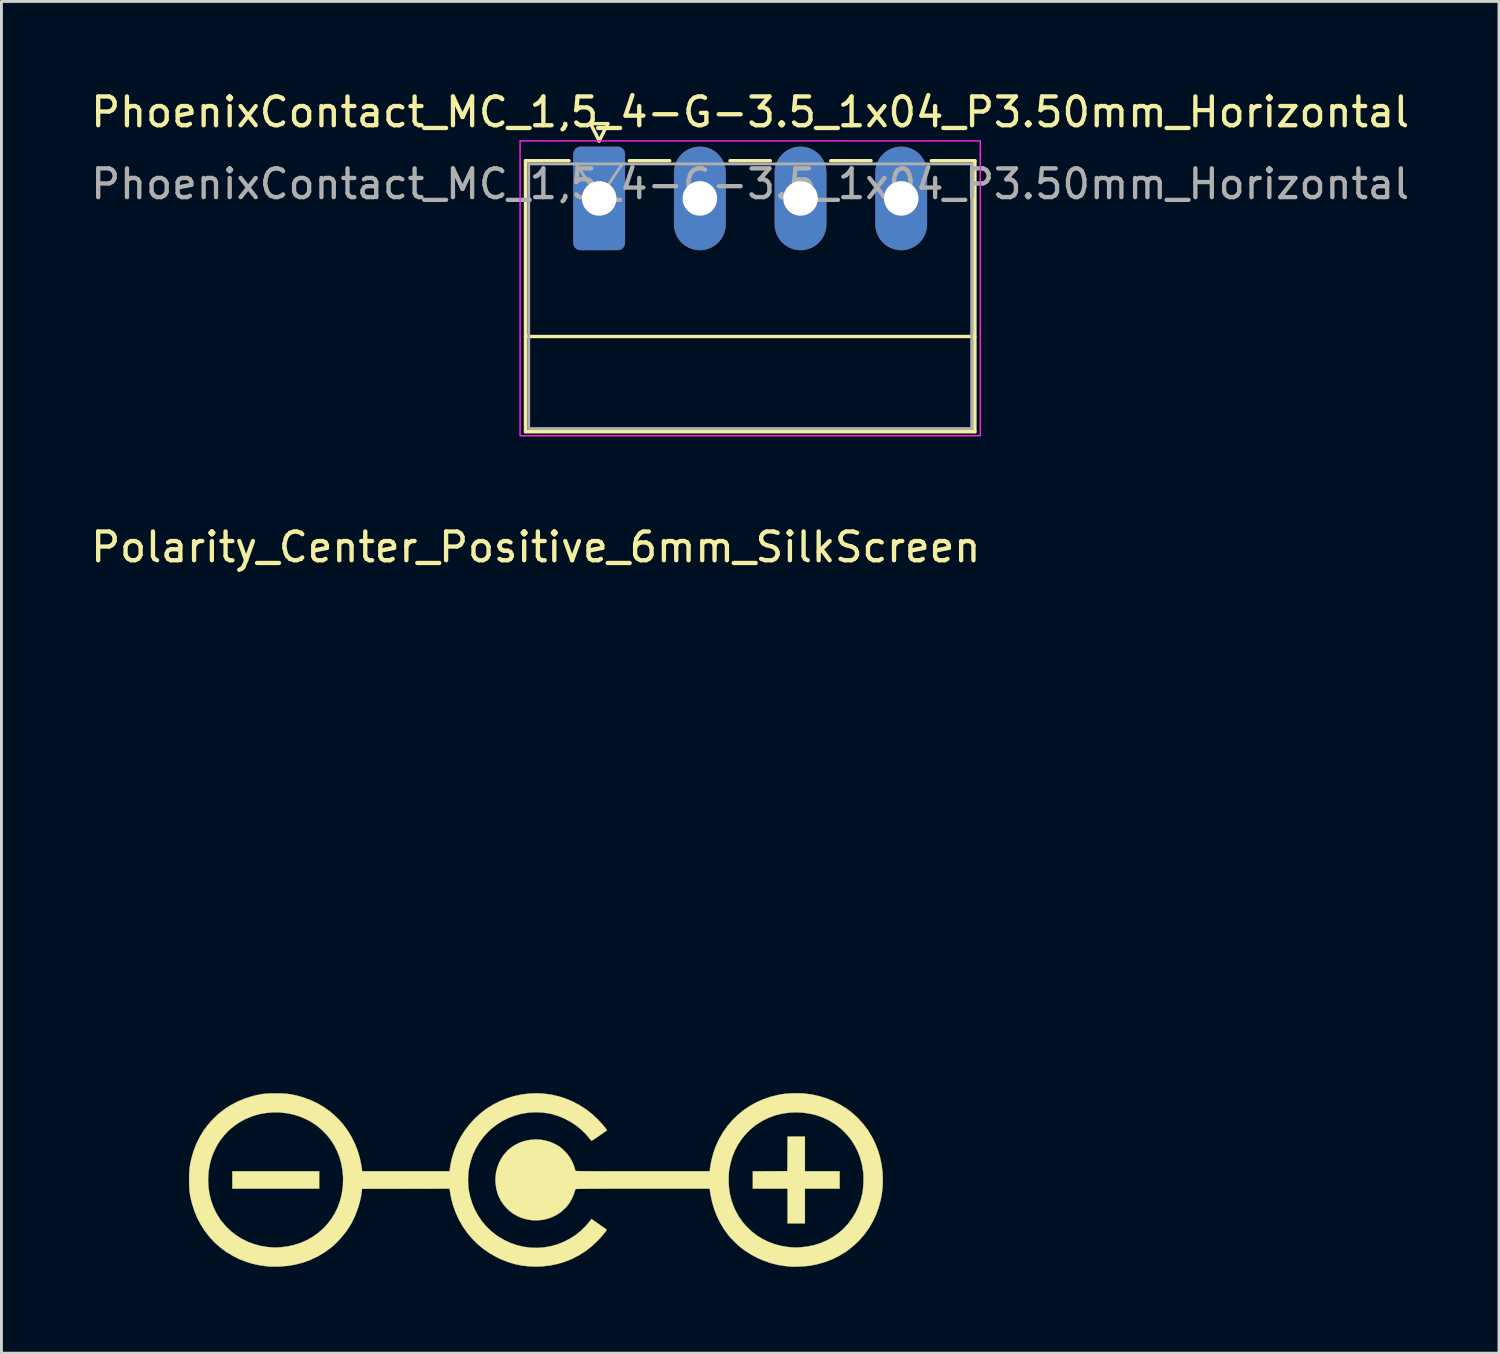
<source format=kicad_pcb>
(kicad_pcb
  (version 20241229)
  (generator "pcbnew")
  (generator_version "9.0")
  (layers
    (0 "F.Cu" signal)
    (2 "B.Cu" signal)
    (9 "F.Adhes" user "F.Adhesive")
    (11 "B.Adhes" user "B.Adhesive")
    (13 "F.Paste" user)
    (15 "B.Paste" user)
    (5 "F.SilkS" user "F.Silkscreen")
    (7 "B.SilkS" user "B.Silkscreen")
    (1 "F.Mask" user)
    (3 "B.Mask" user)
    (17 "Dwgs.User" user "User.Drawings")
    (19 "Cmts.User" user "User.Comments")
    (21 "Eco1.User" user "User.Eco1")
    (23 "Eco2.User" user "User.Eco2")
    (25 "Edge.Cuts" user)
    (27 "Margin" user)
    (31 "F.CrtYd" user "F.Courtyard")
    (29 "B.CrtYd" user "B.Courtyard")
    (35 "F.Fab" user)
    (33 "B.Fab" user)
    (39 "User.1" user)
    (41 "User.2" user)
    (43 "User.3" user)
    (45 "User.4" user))
  (footprint "PhoenixContact_MC_1,5_4-G-3.5_1x04_P3.50mm_Horizontal"
    (layer "F.Cu")
    (at 23.03 3.848)
    (property "Reference" "PhoenixContact_MC_1,5_4-G-3.5_1x04_P3.50mm_Horizontal" (at 0 -3 0) (layer "F.SilkS") (effects (font (size 1 1) (thickness 0.15))))
    (attr through_hole)
    (fp_line (start -7.81 -1.31) (end -7.81 8.11) (stroke (width 0.12) (type solid)) (layer "F.SilkS"))
    (fp_line (start -7.81 -1.31) (end -6.3 -1.31) (stroke (width 0.12) (type solid)) (layer "F.SilkS"))
    (fp_line (start -7.81 4.8) (end 7.81 4.8) (stroke (width 0.12) (type solid)) (layer "F.SilkS"))
    (fp_line (start -7.81 8.11) (end 7.81 8.11) (stroke (width 0.12) (type solid)) (layer "F.SilkS"))
    (fp_line (start -5.55 -2.6) (end -4.95 -2.6) (stroke (width 0.12) (type solid)) (layer "F.SilkS"))
    (fp_line (start -5.25 -2) (end -5.55 -2.6) (stroke (width 0.12) (type solid)) (layer "F.SilkS"))
    (fp_line (start -4.95 -2.6) (end -5.25 -2) (stroke (width 0.12) (type solid)) (layer "F.SilkS"))
    (fp_line (start -4.2 -1.31) (end -2.8 -1.31) (stroke (width 0.12) (type solid)) (layer "F.SilkS"))
    (fp_line (start -0.7 -1.31) (end 0.7 -1.31) (stroke (width 0.12) (type solid)) (layer "F.SilkS"))
    (fp_line (start 2.8 -1.31) (end 4.2 -1.31) (stroke (width 0.12) (type solid)) (layer "F.SilkS"))
    (fp_line (start 7.81 -1.31) (end 6.3 -1.31) (stroke (width 0.12) (type solid)) (layer "F.SilkS"))
    (fp_line (start 7.81 8.11) (end 7.81 -1.31) (stroke (width 0.12) (type solid)) (layer "F.SilkS"))
    (fp_rect (start -8 -2) (end 8 8.25) (stroke (width 0.05) (type default)) (fill no) (layer "F.CrtYd"))
    (fp_line (start -7.7 -1.2) (end -7.7 8) (stroke (width 0.1) (type solid)) (layer "F.Fab"))
    (fp_line (start -7.7 8) (end 7.7 8) (stroke (width 0.1) (type solid)) (layer "F.Fab"))
    (fp_line (start -5.25 0) (end -6.05 -1.2) (stroke (width 0.1) (type solid)) (layer "F.Fab"))
    (fp_line (start -4.45 -1.2) (end -5.25 0) (stroke (width 0.1) (type solid)) (layer "F.Fab"))
    (fp_line (start 7.7 -1.2) (end -7.7 -1.2) (stroke (width 0.1) (type solid)) (layer "F.Fab"))
    (fp_line (start 7.7 8) (end 7.7 -1.2) (stroke (width 0.1) (type solid)) (layer "F.Fab"))
    (fp_text user "${REFERENCE}" (at 0 -0.5 0) (layer "F.Fab") (effects (font (size 1 1) (thickness 0.15))))
    (pad "1" thru_hole roundrect (at -5.25 0) (size 1.8 3.6) (drill 1.2) (layers "*.Cu" "*.Mask") (roundrect_rratio 0.139))
    (pad "2" thru_hole oval (at -1.75 0) (size 1.8 3.6) (drill 1.2) (layers "*.Cu" "*.Mask"))
    (pad "3" thru_hole oval (at 1.75 0) (size 1.8 3.6) (drill 1.2) (layers "*.Cu" "*.Mask"))
    (pad "4" thru_hole oval (at 5.25 0) (size 1.8 3.6) (drill 1.2) (layers "*.Cu" "*.Mask")))
  (footprint "Polarity_Center_Positive_6mm_SilkScreen"
    (layer "F.Cu")
    (at 15.577 37.971)
    (property "Reference" "Polarity_Center_Positive_6mm_SilkScreen" (at 0 -22 0) (layer "F.SilkS") (effects (font (size 1 1) (thickness 0.15))))
    (attr exclude_from_pos_files exclude_from_bom)
    (fp_poly (pts (xy -7.532 0.302) (xy -10.55 0.302) (xy -10.55 -0.302) (xy -7.532 -0.302) (xy -7.532 0.302)) (stroke (width 0.01) (type solid)) (fill yes) (layer "F.SilkS"))
    (fp_poly (pts (xy 9.355 -0.302) (xy 10.562 -0.302) (xy 10.562 0.302) (xy 9.355 0.302) (xy 9.355 1.509) (xy 8.752 1.509) (xy 8.752 0.302) (xy 7.545 0.302) (xy 7.545 -0.302) (xy 8.145 -0.305) (xy 8.745 -0.308) (xy 8.749 -0.908) (xy 8.752 -1.509) (xy 9.355 -1.509) (xy 9.355 -0.302)) (stroke (width 0.01) (type solid)) (fill yes) (layer "F.SilkS"))
    (fp_poly (pts (xy 9.175 -3.015) (xy 9.284 -3.01) (xy 9.337 -3.006) (xy 9.605 -2.97) (xy 9.869 -2.911) (xy 10.125 -2.829) (xy 10.371 -2.727) (xy 10.606 -2.605) (xy 10.827 -2.464) (xy 11.002 -2.329) (xy 11.202 -2.146) (xy 11.382 -1.947) (xy 11.543 -1.733) (xy 11.684 -1.505) (xy 11.803 -1.264) (xy 11.901 -1.012) (xy 11.965 -0.798) (xy 12.018 -0.544) (xy 12.052 -0.282) (xy 12.064 -0.017) (xy 12.056 0.245) (xy 12.027 0.501) (xy 11.995 0.671) (xy 11.923 0.94) (xy 11.83 1.197) (xy 11.715 1.442) (xy 11.581 1.673) (xy 11.426 1.889) (xy 11.252 2.091) (xy 11.06 2.275) (xy 10.85 2.443) (xy 10.762 2.505) (xy 10.53 2.646) (xy 10.288 2.764) (xy 10.035 2.859) (xy 9.771 2.933) (xy 9.515 2.981) (xy 9.451 2.989) (xy 9.371 2.996) (xy 9.282 3.002) (xy 9.188 3.008) (xy 9.095 3.011) (xy 9.008 3.014) (xy 8.933 3.014) (xy 8.874 3.012) (xy 8.852 3.011) (xy 8.821 3.007) (xy 8.773 3.002) (xy 8.714 2.996) (xy 8.676 2.992) (xy 8.428 2.954) (xy 8.179 2.892) (xy 7.933 2.809) (xy 7.695 2.706) (xy 7.466 2.583) (xy 7.252 2.443) (xy 7.123 2.345) (xy 7.041 2.274) (xy 6.951 2.191) (xy 6.861 2.1) (xy 6.775 2.011) (xy 6.703 1.928) (xy 6.694 1.918) (xy 6.548 1.719) (xy 6.417 1.503) (xy 6.303 1.273) (xy 6.208 1.031) (xy 6.132 0.78) (xy 6.077 0.523) (xy 6.066 0.456) (xy 6.044 0.302) (xy 3.713 0.302) (xy 3.419 0.302) (xy 3.148 0.302) (xy 2.901 0.302) (xy 2.677 0.302) (xy 2.474 0.303) (xy 2.291 0.303) (xy 2.129 0.304) (xy 1.985 0.304) (xy 1.859 0.305) (xy 1.749 0.306) (xy 1.656 0.307) (xy 1.578 0.308) (xy 1.515 0.309) (xy 1.464 0.31) (xy 1.426 0.312) (xy 1.4 0.313) (xy 1.384 0.315) (xy 1.378 0.317) (xy 1.378 0.318) (xy 1.327 0.476) (xy 1.271 0.615) (xy 1.207 0.737) (xy 1.133 0.848) (xy 1.046 0.953) (xy 1.007 0.994) (xy 0.871 1.113) (xy 0.724 1.212) (xy 0.567 1.291) (xy 0.402 1.349) (xy 0.232 1.386) (xy 0.058 1.403) (xy -0.115 1.399) (xy -0.288 1.375) (xy -0.456 1.331) (xy -0.618 1.266) (xy -0.772 1.18) (xy -0.915 1.074) (xy -0.997 0.997) (xy -1.119 0.858) (xy -1.218 0.712) (xy -1.295 0.557) (xy -1.327 0.473) (xy -1.375 0.291) (xy -1.4 0.108) (xy -1.402 0.004) (xy 6.702 0.004) (xy 6.713 0.248) (xy 6.745 0.48) (xy 6.8 0.704) (xy 6.878 0.922) (xy 6.935 1.05) (xy 7.048 1.258) (xy 7.181 1.45) (xy 7.331 1.626) (xy 7.498 1.785) (xy 7.681 1.926) (xy 7.877 2.048) (xy 8.086 2.151) (xy 8.306 2.233) (xy 8.536 2.293) (xy 8.775 2.331) (xy 8.915 2.343) (xy 8.96 2.346) (xy 9 2.348) (xy 9.016 2.349) (xy 9.04 2.349) (xy 9.083 2.347) (xy 9.14 2.344) (xy 9.205 2.34) (xy 9.219 2.339) (xy 9.466 2.309) (xy 9.703 2.257) (xy 9.929 2.183) (xy 10.143 2.089) (xy 10.343 1.975) (xy 10.53 1.841) (xy 10.702 1.69) (xy 10.857 1.522) (xy 10.995 1.337) (xy 11.115 1.137) (xy 11.216 0.923) (xy 11.297 0.695) (xy 11.349 0.49) (xy 11.365 0.396) (xy 11.377 0.284) (xy 11.386 0.16) (xy 11.391 0.033) (xy 11.392 -0.091) (xy 11.388 -0.205) (xy 11.38 -0.298) (xy 11.338 -0.545) (xy 11.274 -0.779) (xy 11.188 -1.002) (xy 11.08 -1.212) (xy 10.952 -1.409) (xy 10.803 -1.592) (xy 10.634 -1.76) (xy 10.445 -1.913) (xy 10.361 -1.971) (xy 10.169 -2.085) (xy 9.963 -2.179) (xy 9.747 -2.253) (xy 9.522 -2.307) (xy 9.291 -2.34) (xy 9.058 -2.352) (xy 8.824 -2.343) (xy 8.592 -2.312) (xy 8.366 -2.259) (xy 8.274 -2.231) (xy 8.05 -2.144) (xy 7.841 -2.036) (xy 7.645 -1.909) (xy 7.465 -1.764) (xy 7.302 -1.601) (xy 7.156 -1.423) (xy 7.028 -1.23) (xy 6.92 -1.024) (xy 6.832 -0.805) (xy 6.765 -0.575) (xy 6.72 -0.335) (xy 6.715 -0.302) (xy 6.711 -0.25) (xy 6.707 -0.181) (xy 6.704 -0.103) (xy 6.702 -0.023) (xy 6.702 0.004) (xy -1.402 0.004) (xy -1.403 -0.074) (xy -1.383 -0.253) (xy -1.342 -0.427) (xy -1.28 -0.594) (xy -1.198 -0.751) (xy -1.096 -0.896) (xy -0.976 -1.028) (xy -0.864 -1.124) (xy -0.713 -1.223) (xy -0.551 -1.302) (xy -0.381 -1.359) (xy -0.205 -1.394) (xy -0.025 -1.408) (xy 0.154 -1.401) (xy 0.332 -1.371) (xy 0.506 -1.32) (xy 0.673 -1.247) (xy 0.811 -1.166) (xy 0.853 -1.135) (xy 0.904 -1.092) (xy 0.957 -1.045) (xy 0.99 -1.014) (xy 1.099 -0.897) (xy 1.19 -0.771) (xy 1.267 -0.632) (xy 1.33 -0.478) (xy 1.378 -0.318) (xy 1.383 -0.316) (xy 1.398 -0.314) (xy 1.423 -0.312) (xy 1.459 -0.311) (xy 1.508 -0.309) (xy 1.57 -0.308) (xy 1.646 -0.307) (xy 1.737 -0.306) (xy 1.845 -0.305) (xy 1.969 -0.304) (xy 2.11 -0.304) (xy 2.271 -0.303) (xy 2.451 -0.303) (xy 2.651 -0.302) (xy 2.873 -0.302) (xy 3.117 -0.302) (xy 3.384 -0.302) (xy 3.676 -0.302) (xy 6.046 -0.302) (xy 6.054 -0.38) (xy 6.077 -0.538) (xy 6.112 -0.707) (xy 6.157 -0.879) (xy 6.208 -1.044) (xy 6.257 -1.174) (xy 6.371 -1.422) (xy 6.506 -1.655) (xy 6.659 -1.873) (xy 6.83 -2.075) (xy 7.018 -2.259) (xy 7.221 -2.425) (xy 7.44 -2.573) (xy 7.672 -2.701) (xy 7.917 -2.809) (xy 8.173 -2.896) (xy 8.44 -2.961) (xy 8.593 -2.987) (xy 8.689 -2.999) (xy 8.803 -3.007) (xy 8.927 -3.013) (xy 9.053 -3.015) (xy 9.175 -3.015)) (stroke (width 0.01) (type solid)) (fill yes) (layer "F.SilkS"))
    (fp_poly (pts (xy 0.284 -3.001) (xy 0.547 -2.965) (xy 0.807 -2.905) (xy 1.012 -2.839) (xy 1.268 -2.734) (xy 1.512 -2.606) (xy 1.744 -2.457) (xy 1.961 -2.288) (xy 2.163 -2.1) (xy 2.349 -1.893) (xy 2.443 -1.772) (xy 2.477 -1.727) (xy 2.217 -1.546) (xy 2.145 -1.496) (xy 2.079 -1.452) (xy 2.023 -1.414) (xy 1.98 -1.386) (xy 1.951 -1.369) (xy 1.941 -1.364) (xy 1.927 -1.374) (xy 1.903 -1.398) (xy 1.876 -1.432) (xy 1.733 -1.602) (xy 1.57 -1.759) (xy 1.391 -1.902) (xy 1.198 -2.028) (xy 0.995 -2.136) (xy 0.783 -2.224) (xy 0.568 -2.289) (xy 0.458 -2.313) (xy 0.217 -2.347) (xy -0.023 -2.356) (xy -0.261 -2.341) (xy -0.494 -2.303) (xy -0.722 -2.242) (xy -0.943 -2.159) (xy -1.154 -2.055) (xy -1.354 -1.929) (xy -1.542 -1.782) (xy -1.66 -1.672) (xy -1.826 -1.49) (xy -1.969 -1.296) (xy -2.091 -1.09) (xy -2.191 -0.872) (xy -2.268 -0.641) (xy -2.324 -0.398) (xy -2.334 -0.34) (xy -2.346 -0.243) (xy -2.352 -0.129) (xy -2.355 -0.007) (xy -2.353 0.115) (xy -2.347 0.229) (xy -2.336 0.328) (xy -2.334 0.338) (xy -2.284 0.58) (xy -2.212 0.813) (xy -2.118 1.035) (xy -2.003 1.244) (xy -1.869 1.44) (xy -1.716 1.62) (xy -1.545 1.784) (xy -1.356 1.931) (xy -1.308 1.964) (xy -1.098 2.088) (xy -0.88 2.189) (xy -0.654 2.267) (xy -0.423 2.322) (xy -0.189 2.354) (xy 0.047 2.361) (xy 0.283 2.344) (xy 0.518 2.304) (xy 0.735 2.244) (xy 0.963 2.155) (xy 1.178 2.045) (xy 1.381 1.915) (xy 1.569 1.764) (xy 1.741 1.595) (xy 1.845 1.474) (xy 1.938 1.357) (xy 1.997 1.399) (xy 2.026 1.42) (xy 2.071 1.451) (xy 2.128 1.491) (xy 2.193 1.536) (xy 2.26 1.583) (xy 2.323 1.627) (xy 2.378 1.666) (xy 2.422 1.698) (xy 2.451 1.72) (xy 2.464 1.732) (xy 2.465 1.732) (xy 2.457 1.749) (xy 2.434 1.781) (xy 2.401 1.825) (xy 2.359 1.877) (xy 2.311 1.934) (xy 2.261 1.993) (xy 2.21 2.049) (xy 2.162 2.1) (xy 2.144 2.118) (xy 1.941 2.307) (xy 1.724 2.474) (xy 1.496 2.62) (xy 1.257 2.743) (xy 1.009 2.843) (xy 0.751 2.92) (xy 0.486 2.974) (xy 0.214 3.004) (xy 0.013 3.01) (xy -0.244 3.001) (xy -0.486 2.974) (xy -0.719 2.927) (xy -0.947 2.86) (xy -1.175 2.772) (xy -1.349 2.691) (xy -1.587 2.558) (xy -1.811 2.404) (xy -2.02 2.232) (xy -2.212 2.041) (xy -2.386 1.834) (xy -2.541 1.611) (xy -2.676 1.374) (xy -2.789 1.127) (xy -2.878 0.876) (xy -2.944 0.619) (xy -2.97 0.477) (xy -2.998 0.302) (xy -6.042 0.308) (xy -6.051 0.396) (xy -6.084 0.609) (xy -6.137 0.829) (xy -6.207 1.05) (xy -6.292 1.265) (xy -6.39 1.469) (xy -6.494 1.647) (xy -6.592 1.789) (xy -6.704 1.931) (xy -6.825 2.07) (xy -6.95 2.199) (xy -7.074 2.313) (xy -7.133 2.362) (xy -7.359 2.524) (xy -7.594 2.663) (xy -7.838 2.778) (xy -8.093 2.871) (xy -8.357 2.94) (xy -8.631 2.986) (xy -8.914 3.009) (xy -8.972 3.01) (xy -9.049 3.012) (xy -9.12 3.012) (xy -9.181 3.012) (xy -9.227 3.012) (xy -9.248 3.01) (xy -9.419 2.991) (xy -9.571 2.969) (xy -9.71 2.943) (xy -9.843 2.912) (xy -9.976 2.874) (xy -10.041 2.853) (xy -10.291 2.758) (xy -10.529 2.641) (xy -10.754 2.504) (xy -10.965 2.349) (xy -11.161 2.175) (xy -11.34 1.984) (xy -11.501 1.777) (xy -11.644 1.556) (xy -11.768 1.322) (xy -11.871 1.075) (xy -11.953 0.817) (xy -11.97 0.752) (xy -11.995 0.641) (xy -12.015 0.541) (xy -12.03 0.446) (xy -12.041 0.351) (xy -12.047 0.249) (xy -12.051 0.134) (xy -12.052 0) (xy -12.052 -0.006) (xy -11.392 -0.006) (xy -11.381 0.243) (xy -11.346 0.486) (xy -11.288 0.719) (xy -11.208 0.942) (xy -11.106 1.155) (xy -10.982 1.356) (xy -10.929 1.429) (xy -10.776 1.61) (xy -10.607 1.774) (xy -10.423 1.918) (xy -10.225 2.043) (xy -10.015 2.148) (xy -9.794 2.231) (xy -9.565 2.292) (xy -9.33 2.33) (xy -9.236 2.338) (xy -9.177 2.342) (xy -9.126 2.346) (xy -9.088 2.348) (xy -9.072 2.349) (xy -9.051 2.349) (xy -9.01 2.347) (xy -8.955 2.344) (xy -8.89 2.34) (xy -8.872 2.339) (xy -8.627 2.309) (xy -8.393 2.257) (xy -8.169 2.184) (xy -7.956 2.09) (xy -7.757 1.977) (xy -7.571 1.846) (xy -7.401 1.698) (xy -7.246 1.533) (xy -7.108 1.354) (xy -6.989 1.16) (xy -6.888 0.954) (xy -6.808 0.735) (xy -6.749 0.505) (xy -6.712 0.266) (xy -6.704 0.17) (xy -6.699 -0.079) (xy -6.718 -0.322) (xy -6.759 -0.557) (xy -6.821 -0.784) (xy -6.905 -1) (xy -7.009 -1.206) (xy -7.133 -1.399) (xy -7.276 -1.578) (xy -7.437 -1.742) (xy -7.616 -1.89) (xy -7.812 -2.021) (xy -7.966 -2.104) (xy -8.185 -2.199) (xy -8.412 -2.272) (xy -8.646 -2.321) (xy -8.883 -2.348) (xy -9.122 -2.352) (xy -9.361 -2.333) (xy -9.596 -2.292) (xy -9.826 -2.227) (xy -10.048 -2.14) (xy -10.094 -2.119) (xy -10.304 -2.005) (xy -10.497 -1.872) (xy -10.674 -1.722) (xy -10.833 -1.555) (xy -10.974 -1.374) (xy -11.096 -1.178) (xy -11.198 -0.97) (xy -11.28 -0.751) (xy -11.339 -0.522) (xy -11.377 -0.285) (xy -11.392 -0.039) (xy -11.392 -0.006) (xy -12.052 -0.006) (xy -12.051 -0.134) (xy -12.048 -0.249) (xy -12.041 -0.351) (xy -12.031 -0.446) (xy -12.016 -0.541) (xy -11.996 -0.641) (xy -11.975 -0.736) (xy -11.901 -0.997) (xy -11.805 -1.248) (xy -11.688 -1.486) (xy -11.551 -1.712) (xy -11.395 -1.922) (xy -11.222 -2.118) (xy -11.031 -2.297) (xy -10.825 -2.458) (xy -10.605 -2.602) (xy -10.37 -2.725) (xy -10.123 -2.829) (xy -9.865 -2.91) (xy -9.745 -2.94) (xy -9.642 -2.962) (xy -9.55 -2.98) (xy -9.465 -2.992) (xy -9.379 -3.001) (xy -9.288 -3.007) (xy -9.184 -3.01) (xy -9.063 -3.011) (xy -9.035 -3.011) (xy -8.9 -3.01) (xy -8.784 -3.006) (xy -8.681 -2.999) (xy -8.584 -2.988) (xy -8.486 -2.972) (xy -8.383 -2.951) (xy -8.312 -2.935) (xy -8.067 -2.865) (xy -7.825 -2.774) (xy -7.591 -2.663) (xy -7.37 -2.534) (xy -7.178 -2.399) (xy -7.087 -2.324) (xy -6.988 -2.236) (xy -6.889 -2.141) (xy -6.796 -2.045) (xy -6.716 -1.954) (xy -6.696 -1.93) (xy -6.545 -1.725) (xy -6.411 -1.504) (xy -6.295 -1.272) (xy -6.199 -1.031) (xy -6.124 -0.786) (xy -6.072 -0.54) (xy -6.061 -0.465) (xy -6.054 -0.413) (xy -6.047 -0.367) (xy -6.042 -0.335) (xy -6.041 -0.33) (xy -6.035 -0.302) (xy -2.993 -0.302) (xy -2.993 -0.332) (xy -2.99 -0.364) (xy -2.983 -0.415) (xy -2.972 -0.48) (xy -2.959 -0.553) (xy -2.944 -0.627) (xy -2.929 -0.699) (xy -2.914 -0.761) (xy -2.911 -0.772) (xy -2.834 -1.02) (xy -2.733 -1.263) (xy -2.61 -1.497) (xy -2.468 -1.721) (xy -2.306 -1.932) (xy -2.127 -2.129) (xy -1.932 -2.309) (xy -1.735 -2.462) (xy -1.507 -2.607) (xy -1.269 -2.731) (xy -1.022 -2.833) (xy -0.768 -2.912) (xy -0.508 -2.969) (xy -0.245 -3.003) (xy 0.019 -3.014) (xy 0.284 -3.001)) (stroke (width 0.01) (type solid)) (fill yes) (layer "F.SilkS")))
  (gr_rect
    (start -3 -3)
    (end 49.06 43.991)
    (stroke (width 0.1) (type default))
    (fill no)
    (layer "Edge.Cuts")))
</source>
